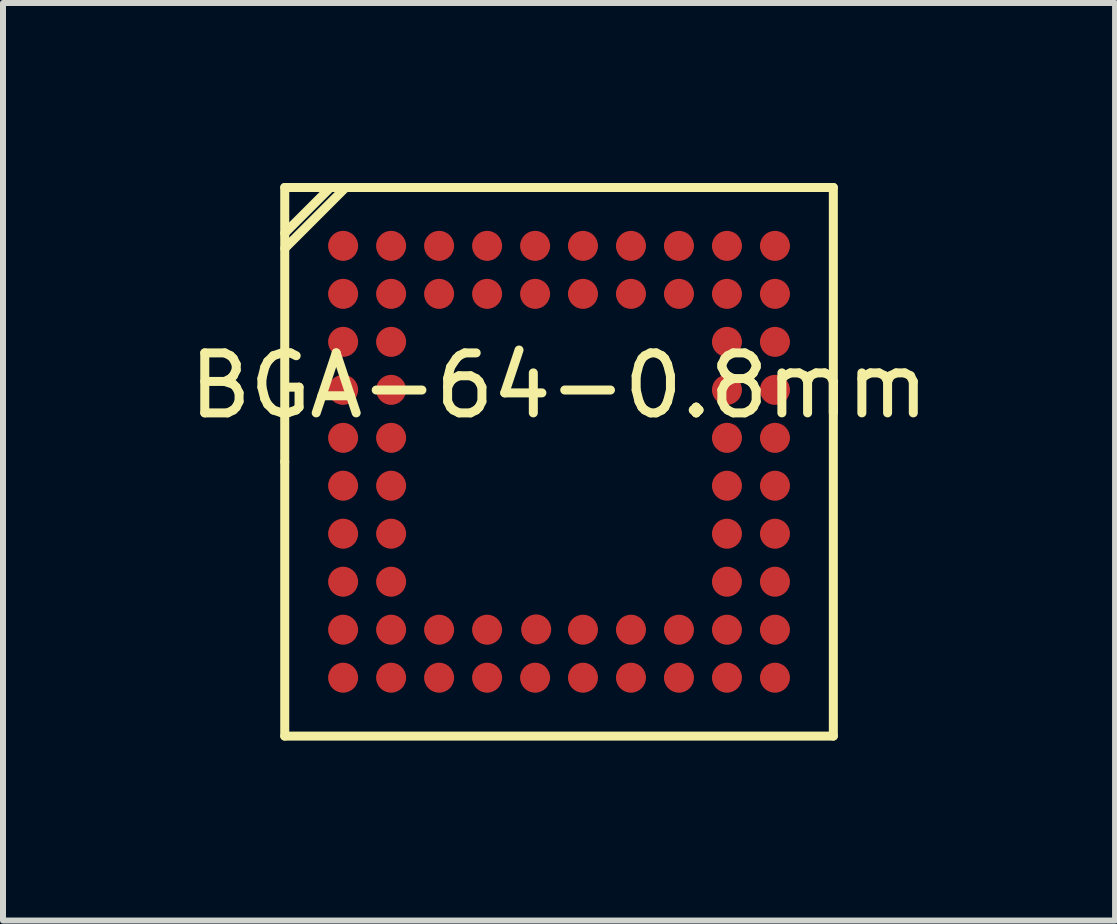
<source format=kicad_pcb>
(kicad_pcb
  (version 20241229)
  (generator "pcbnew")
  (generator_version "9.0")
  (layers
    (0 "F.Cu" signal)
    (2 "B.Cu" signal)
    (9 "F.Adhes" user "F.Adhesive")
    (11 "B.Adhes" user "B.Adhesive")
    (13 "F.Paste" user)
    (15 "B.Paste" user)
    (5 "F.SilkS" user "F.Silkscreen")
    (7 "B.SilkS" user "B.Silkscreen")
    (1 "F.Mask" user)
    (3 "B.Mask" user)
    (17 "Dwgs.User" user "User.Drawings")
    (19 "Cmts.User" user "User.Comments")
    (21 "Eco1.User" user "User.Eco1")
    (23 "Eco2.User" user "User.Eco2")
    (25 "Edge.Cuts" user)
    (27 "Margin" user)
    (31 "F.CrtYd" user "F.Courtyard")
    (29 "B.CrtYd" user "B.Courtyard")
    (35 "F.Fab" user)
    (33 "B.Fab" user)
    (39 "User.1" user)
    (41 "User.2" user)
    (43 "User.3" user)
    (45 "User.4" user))
  (footprint "BGA-64-0.8mm"
    (layer "F.Cu")
    (at 6.268 4.647)
    (property "Reference" "BGA-64-0.8mm" (at 0 -1.27 0) (layer "F.SilkS") (effects (font (size 1 1) (thickness 0.15))))
    (attr smd)
    (fp_line (start -4.572 -4.572) (end 4.572 -4.572) (stroke (width 0.15) (type solid)) (layer "F.SilkS"))
    (fp_line (start -4.572 -3.81) (end -3.81 -4.572) (stroke (width 0.15) (type solid)) (layer "F.SilkS"))
    (fp_line (start -4.572 -3.556) (end -3.556 -4.572) (stroke (width 0.15) (type solid)) (layer "F.SilkS"))
    (fp_line (start -4.572 0) (end -4.572 -4.572) (stroke (width 0.15) (type solid)) (layer "F.SilkS"))
    (fp_line (start -4.572 4.572) (end -4.572 0) (stroke (width 0.15) (type solid)) (layer "F.SilkS"))
    (fp_line (start 4.572 -4.572) (end 4.572 4.572) (stroke (width 0.15) (type solid)) (layer "F.SilkS"))
    (fp_line (start 4.572 4.572) (end -4.572 4.572) (stroke (width 0.15) (type solid)) (layer "F.SilkS"))
    (pad "A1" smd circle (at -3.599 -3.599) (size 0.5 0.5) (layers "F.Cu" "F.Mask" "F.Paste"))
    (pad "A2" smd circle (at -2.799 -3.599) (size 0.5 0.5) (layers "F.Cu" "F.Mask" "F.Paste"))
    (pad "A3" smd circle (at -1.999 -3.599) (size 0.5 0.5) (layers "F.Cu" "F.Mask" "F.Paste"))
    (pad "A4" smd circle (at -1.199 -3.599) (size 0.5 0.5) (layers "F.Cu" "F.Mask" "F.Paste"))
    (pad "A5" smd circle (at -0.399 -3.599) (size 0.5 0.5) (layers "F.Cu" "F.Mask" "F.Paste"))
    (pad "A6" smd circle (at 0.399 -3.599) (size 0.5 0.5) (layers "F.Cu" "F.Mask" "F.Paste"))
    (pad "A7" smd circle (at 1.199 -3.599) (size 0.5 0.5) (layers "F.Cu" "F.Mask" "F.Paste"))
    (pad "A8" smd circle (at 1.999 -3.599) (size 0.5 0.5) (layers "F.Cu" "F.Mask" "F.Paste"))
    (pad "A9" smd circle (at 2.799 -3.599) (size 0.5 0.5) (layers "F.Cu" "F.Mask" "F.Paste"))
    (pad "A10" smd circle (at 3.599 -3.599) (size 0.5 0.5) (layers "F.Cu" "F.Mask" "F.Paste"))
    (pad "B1" smd circle (at -3.599 -2.799) (size 0.5 0.5) (layers "F.Cu" "F.Mask" "F.Paste"))
    (pad "B2" smd circle (at -2.799 -2.799) (size 0.5 0.5) (layers "F.Cu" "F.Mask" "F.Paste"))
    (pad "B3" smd circle (at -1.999 -2.799) (size 0.5 0.5) (layers "F.Cu" "F.Mask" "F.Paste"))
    (pad "B4" smd circle (at -1.199 -2.799) (size 0.5 0.5) (layers "F.Cu" "F.Mask" "F.Paste"))
    (pad "B5" smd circle (at -0.399 -2.799) (size 0.5 0.5) (layers "F.Cu" "F.Mask" "F.Paste"))
    (pad "B6" smd circle (at 0.399 -2.799) (size 0.5 0.5) (layers "F.Cu" "F.Mask" "F.Paste"))
    (pad "B7" smd circle (at 1.199 -2.799) (size 0.5 0.5) (layers "F.Cu" "F.Mask" "F.Paste"))
    (pad "B8" smd circle (at 1.999 -2.799) (size 0.5 0.5) (layers "F.Cu" "F.Mask" "F.Paste"))
    (pad "B9" smd circle (at 2.799 -2.799) (size 0.5 0.5) (layers "F.Cu" "F.Mask" "F.Paste"))
    (pad "B10" smd circle (at 3.599 -2.799) (size 0.5 0.5) (layers "F.Cu" "F.Mask" "F.Paste"))
    (pad "C1" smd circle (at -3.599 -1.999) (size 0.5 0.5) (layers "F.Cu" "F.Mask" "F.Paste"))
    (pad "C2" smd circle (at -2.799 -1.999) (size 0.5 0.5) (layers "F.Cu" "F.Mask" "F.Paste"))
    (pad "C9" smd circle (at 2.799 -1.999) (size 0.5 0.5) (layers "F.Cu" "F.Mask" "F.Paste"))
    (pad "C10" smd circle (at 3.599 -1.999) (size 0.5 0.5) (layers "F.Cu" "F.Mask" "F.Paste"))
    (pad "D1" smd circle (at -3.599 -1.199) (size 0.5 0.5) (layers "F.Cu" "F.Mask" "F.Paste"))
    (pad "D2" smd circle (at -2.799 -1.199) (size 0.5 0.5) (layers "F.Cu" "F.Mask" "F.Paste"))
    (pad "D9" smd circle (at 2.799 -1.199) (size 0.5 0.5) (layers "F.Cu" "F.Mask" "F.Paste"))
    (pad "D10" smd circle (at 3.599 -1.199) (size 0.5 0.5) (layers "F.Cu" "F.Mask" "F.Paste"))
    (pad "E1" smd circle (at -3.599 -0.399) (size 0.5 0.5) (layers "F.Cu" "F.Mask" "F.Paste"))
    (pad "E2" smd circle (at -2.799 -0.399) (size 0.5 0.5) (layers "F.Cu" "F.Mask" "F.Paste"))
    (pad "E9" smd circle (at 2.799 -0.399) (size 0.5 0.5) (layers "F.Cu" "F.Mask" "F.Paste"))
    (pad "E10" smd circle (at 3.599 -0.399) (size 0.5 0.5) (layers "F.Cu" "F.Mask" "F.Paste"))
    (pad "F1" smd circle (at -3.599 0.399) (size 0.5 0.5) (layers "F.Cu" "F.Mask" "F.Paste"))
    (pad "F2" smd circle (at -2.799 0.399) (size 0.5 0.5) (layers "F.Cu" "F.Mask" "F.Paste"))
    (pad "F9" smd circle (at 2.799 0.399) (size 0.5 0.5) (layers "F.Cu" "F.Mask" "F.Paste"))
    (pad "F10" smd circle (at 3.599 0.399) (size 0.5 0.5) (layers "F.Cu" "F.Mask" "F.Paste"))
    (pad "G1" smd circle (at -3.599 1.199) (size 0.5 0.5) (layers "F.Cu" "F.Mask" "F.Paste"))
    (pad "G2" smd circle (at -2.799 1.199) (size 0.5 0.5) (layers "F.Cu" "F.Mask" "F.Paste"))
    (pad "G9" smd circle (at 2.799 1.199) (size 0.5 0.5) (layers "F.Cu" "F.Mask" "F.Paste"))
    (pad "G10" smd circle (at 3.599 1.199) (size 0.5 0.5) (layers "F.Cu" "F.Mask" "F.Paste"))
    (pad "H1" smd circle (at -3.599 1.999) (size 0.5 0.5) (layers "F.Cu" "F.Mask" "F.Paste"))
    (pad "H2" smd circle (at -2.799 1.999) (size 0.5 0.5) (layers "F.Cu" "F.Mask" "F.Paste"))
    (pad "H9" smd circle (at 2.799 1.999) (size 0.5 0.5) (layers "F.Cu" "F.Mask" "F.Paste"))
    (pad "H10" smd circle (at 3.599 1.999) (size 0.5 0.5) (layers "F.Cu" "F.Mask" "F.Paste"))
    (pad "J1" smd circle (at -3.599 2.799) (size 0.5 0.5) (layers "F.Cu" "F.Mask" "F.Paste"))
    (pad "J2" smd circle (at -2.799 2.799) (size 0.5 0.5) (layers "F.Cu" "F.Mask" "F.Paste"))
    (pad "J3" smd circle (at -1.999 2.799) (size 0.5 0.5) (layers "F.Cu" "F.Mask" "F.Paste"))
    (pad "J4" smd circle (at -1.199 2.799) (size 0.5 0.5) (layers "F.Cu" "F.Mask" "F.Paste"))
    (pad "J5" smd circle (at -0.381 2.794) (size 0.5 0.5) (layers "F.Cu" "F.Mask" "F.Paste"))
    (pad "J6" smd circle (at 0.399 2.799) (size 0.5 0.5) (layers "F.Cu" "F.Mask" "F.Paste"))
    (pad "J7" smd circle (at 1.199 2.799) (size 0.5 0.5) (layers "F.Cu" "F.Mask" "F.Paste"))
    (pad "J8" smd circle (at 1.999 2.799) (size 0.5 0.5) (layers "F.Cu" "F.Mask" "F.Paste"))
    (pad "J9" smd circle (at 2.799 2.799) (size 0.5 0.5) (layers "F.Cu" "F.Mask" "F.Paste"))
    (pad "J10" smd circle (at 3.599 2.799) (size 0.5 0.5) (layers "F.Cu" "F.Mask" "F.Paste"))
    (pad "K1" smd circle (at -3.599 3.599) (size 0.5 0.5) (layers "F.Cu" "F.Mask" "F.Paste"))
    (pad "K2" smd circle (at -2.799 3.599) (size 0.5 0.5) (layers "F.Cu" "F.Mask" "F.Paste"))
    (pad "K3" smd circle (at -1.999 3.599) (size 0.5 0.5) (layers "F.Cu" "F.Mask" "F.Paste"))
    (pad "K4" smd circle (at -1.199 3.599) (size 0.5 0.5) (layers "F.Cu" "F.Mask" "F.Paste"))
    (pad "K5" smd circle (at -0.399 3.599) (size 0.5 0.5) (layers "F.Cu" "F.Mask" "F.Paste"))
    (pad "K6" smd circle (at 0.399 3.599) (size 0.5 0.5) (layers "F.Cu" "F.Mask" "F.Paste"))
    (pad "K7" smd circle (at 1.199 3.599) (size 0.5 0.5) (layers "F.Cu" "F.Mask" "F.Paste"))
    (pad "K8" smd circle (at 1.999 3.599) (size 0.5 0.5) (layers "F.Cu" "F.Mask" "F.Paste"))
    (pad "K9" smd circle (at 2.799 3.599) (size 0.5 0.5) (layers "F.Cu" "F.Mask" "F.Paste"))
    (pad "K10" smd circle (at 3.599 3.599) (size 0.5 0.5) (layers "F.Cu" "F.Mask" "F.Paste")))
  (gr_rect
    (start -3 -3)
    (end 15.536 12.294)
    (stroke (width 0.1) (type default))
    (fill no)
    (layer "Edge.Cuts")))
</source>
